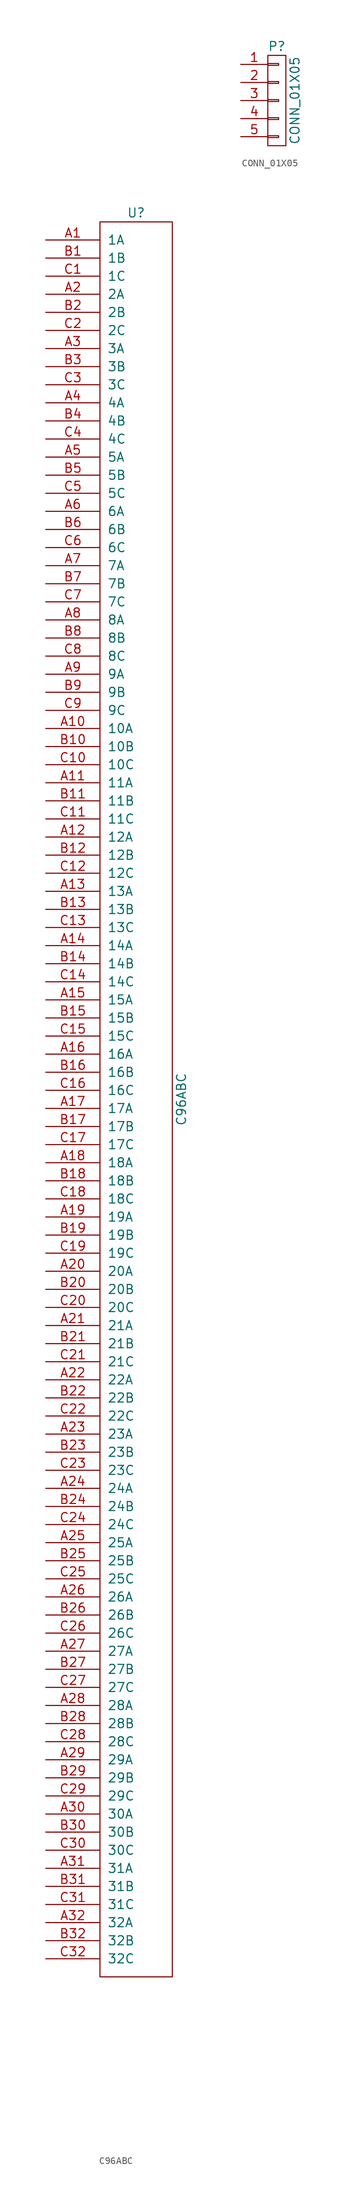
<source format=kicad_sym>
(kicad_symbol_lib
  (version 20231120)
  (generator "kicad_symbol_editor")
  (generator_version "8.0")
  (symbol "C96ABC"
    (pin_names
      (offset 1.016))
    (property "Reference" "U"
      (at 0 124.46 0)
      (effects (font (size 1.27 1.27))))
    (property "Value" "C96ABC"
      (at 6.35 0 90)
      (effects (font (size 1.27 1.27))))
    (property "Footprint" ""
      (at 0 0 0)
      (effects (font (size 1.27 1.27))))
    (property "Datasheet" ""
      (at 0 0 0)
      (effects (font (size 1.27 1.27))))
    (symbol "C96ABC_0_1"
      (rectangle (start -5.08 -123.19) (end 5.08 123.19) (stroke (width 0) (type solid)) (fill (type none))))
    (symbol "C96ABC_1_1"
      (pin passive line (at -12.7 120.65 0) (length 7.62) (name "1A" (effects (font (size 1.27 1.27)))) (number "A1" (effects (font (size 1.27 1.27)))))
      (pin passive line (at -12.7 52.07 0) (length 7.62) (name "10A" (effects (font (size 1.27 1.27)))) (number "A10" (effects (font (size 1.27 1.27)))))
      (pin passive line (at -12.7 44.45 0) (length 7.62) (name "11A" (effects (font (size 1.27 1.27)))) (number "A11" (effects (font (size 1.27 1.27)))))
      (pin passive line (at -12.7 36.83 0) (length 7.62) (name "12A" (effects (font (size 1.27 1.27)))) (number "A12" (effects (font (size 1.27 1.27)))))
      (pin passive line (at -12.7 29.21 0) (length 7.62) (name "13A" (effects (font (size 1.27 1.27)))) (number "A13" (effects (font (size 1.27 1.27)))))
      (pin passive line (at -12.7 21.59 0) (length 7.62) (name "14A" (effects (font (size 1.27 1.27)))) (number "A14" (effects (font (size 1.27 1.27)))))
      (pin passive line (at -12.7 13.97 0) (length 7.62) (name "15A" (effects (font (size 1.27 1.27)))) (number "A15" (effects (font (size 1.27 1.27)))))
      (pin passive line (at -12.7 6.35 0) (length 7.62) (name "16A" (effects (font (size 1.27 1.27)))) (number "A16" (effects (font (size 1.27 1.27)))))
      (pin passive line (at -12.7 -1.27 0) (length 7.62) (name "17A" (effects (font (size 1.27 1.27)))) (number "A17" (effects (font (size 1.27 1.27)))))
      (pin passive line (at -12.7 -8.89 0) (length 7.62) (name "18A" (effects (font (size 1.27 1.27)))) (number "A18" (effects (font (size 1.27 1.27)))))
      (pin passive line (at -12.7 -16.51 0) (length 7.62) (name "19A" (effects (font (size 1.27 1.27)))) (number "A19" (effects (font (size 1.27 1.27)))))
      (pin passive line (at -12.7 113.03 0) (length 7.62) (name "2A" (effects (font (size 1.27 1.27)))) (number "A2" (effects (font (size 1.27 1.27)))))
      (pin passive line (at -12.7 -24.13 0) (length 7.62) (name "20A" (effects (font (size 1.27 1.27)))) (number "A20" (effects (font (size 1.27 1.27)))))
      (pin tri_state line (at -12.7 -31.75 0) (length 7.62) (name "21A" (effects (font (size 1.27 1.27)))) (number "A21" (effects (font (size 1.27 1.27)))))
      (pin passive line (at -12.7 -39.37 0) (length 7.62) (name "22A" (effects (font (size 1.27 1.27)))) (number "A22" (effects (font (size 1.27 1.27)))))
      (pin passive line (at -12.7 -46.99 0) (length 7.62) (name "23A" (effects (font (size 1.27 1.27)))) (number "A23" (effects (font (size 1.27 1.27)))))
      (pin passive line (at -12.7 -54.61 0) (length 7.62) (name "24A" (effects (font (size 1.27 1.27)))) (number "A24" (effects (font (size 1.27 1.27)))))
      (pin passive line (at -12.7 -62.23 0) (length 7.62) (name "25A" (effects (font (size 1.27 1.27)))) (number "A25" (effects (font (size 1.27 1.27)))))
      (pin passive line (at -12.7 -69.85 0) (length 7.62) (name "26A" (effects (font (size 1.27 1.27)))) (number "A26" (effects (font (size 1.27 1.27)))))
      (pin passive line (at -12.7 -77.47 0) (length 7.62) (name "27A" (effects (font (size 1.27 1.27)))) (number "A27" (effects (font (size 1.27 1.27)))))
      (pin passive line (at -12.7 -85.09 0) (length 7.62) (name "28A" (effects (font (size 1.27 1.27)))) (number "A28" (effects (font (size 1.27 1.27)))))
      (pin passive line (at -12.7 -92.71 0) (length 7.62) (name "29A" (effects (font (size 1.27 1.27)))) (number "A29" (effects (font (size 1.27 1.27)))))
      (pin passive line (at -12.7 105.41 0) (length 7.62) (name "3A" (effects (font (size 1.27 1.27)))) (number "A3" (effects (font (size 1.27 1.27)))))
      (pin passive line (at -12.7 -100.33 0) (length 7.62) (name "30A" (effects (font (size 1.27 1.27)))) (number "A30" (effects (font (size 1.27 1.27)))))
      (pin passive line (at -12.7 -107.95 0) (length 7.62) (name "31A" (effects (font (size 1.27 1.27)))) (number "A31" (effects (font (size 1.27 1.27)))))
      (pin passive line (at -12.7 -115.57 0) (length 7.62) (name "32A" (effects (font (size 1.27 1.27)))) (number "A32" (effects (font (size 1.27 1.27)))))
      (pin passive line (at -12.7 97.79 0) (length 7.62) (name "4A" (effects (font (size 1.27 1.27)))) (number "A4" (effects (font (size 1.27 1.27)))))
      (pin passive line (at -12.7 90.17 0) (length 7.62) (name "5A" (effects (font (size 1.27 1.27)))) (number "A5" (effects (font (size 1.27 1.27)))))
      (pin passive line (at -12.7 82.55 0) (length 7.62) (name "6A" (effects (font (size 1.27 1.27)))) (number "A6" (effects (font (size 1.27 1.27)))))
      (pin passive line (at -12.7 74.93 0) (length 7.62) (name "7A" (effects (font (size 1.27 1.27)))) (number "A7" (effects (font (size 1.27 1.27)))))
      (pin passive line (at -12.7 67.31 0) (length 7.62) (name "8A" (effects (font (size 1.27 1.27)))) (number "A8" (effects (font (size 1.27 1.27)))))
      (pin passive line (at -12.7 59.69 0) (length 7.62) (name "9A" (effects (font (size 1.27 1.27)))) (number "A9" (effects (font (size 1.27 1.27)))))
      (pin passive line (at -12.7 118.11 0) (length 7.62) (name "1B" (effects (font (size 1.27 1.27)))) (number "B1" (effects (font (size 1.27 1.27)))))
      (pin passive line (at -12.7 49.53 0) (length 7.62) (name "10B" (effects (font (size 1.27 1.27)))) (number "B10" (effects (font (size 1.27 1.27)))))
      (pin passive line (at -12.7 41.91 0) (length 7.62) (name "11B" (effects (font (size 1.27 1.27)))) (number "B11" (effects (font (size 1.27 1.27)))))
      (pin passive line (at -12.7 34.29 0) (length 7.62) (name "12B" (effects (font (size 1.27 1.27)))) (number "B12" (effects (font (size 1.27 1.27)))))
      (pin passive line (at -12.7 26.67 0) (length 7.62) (name "13B" (effects (font (size 1.27 1.27)))) (number "B13" (effects (font (size 1.27 1.27)))))
      (pin passive line (at -12.7 19.05 0) (length 7.62) (name "14B" (effects (font (size 1.27 1.27)))) (number "B14" (effects (font (size 1.27 1.27)))))
      (pin passive line (at -12.7 11.43 0) (length 7.62) (name "15B" (effects (font (size 1.27 1.27)))) (number "B15" (effects (font (size 1.27 1.27)))))
      (pin passive line (at -12.7 3.81 0) (length 7.62) (name "16B" (effects (font (size 1.27 1.27)))) (number "B16" (effects (font (size 1.27 1.27)))))
      (pin passive line (at -12.7 -3.81 0) (length 7.62) (name "17B" (effects (font (size 1.27 1.27)))) (number "B17" (effects (font (size 1.27 1.27)))))
      (pin passive line (at -12.7 -11.43 0) (length 7.62) (name "18B" (effects (font (size 1.27 1.27)))) (number "B18" (effects (font (size 1.27 1.27)))))
      (pin passive line (at -12.7 -19.05 0) (length 7.62) (name "19B" (effects (font (size 1.27 1.27)))) (number "B19" (effects (font (size 1.27 1.27)))))
      (pin passive line (at -12.7 110.49 0) (length 7.62) (name "2B" (effects (font (size 1.27 1.27)))) (number "B2" (effects (font (size 1.27 1.27)))))
      (pin passive line (at -12.7 -26.67 0) (length 7.62) (name "20B" (effects (font (size 1.27 1.27)))) (number "B20" (effects (font (size 1.27 1.27)))))
      (pin passive line (at -12.7 -34.29 0) (length 7.62) (name "21B" (effects (font (size 1.27 1.27)))) (number "B21" (effects (font (size 1.27 1.27)))))
      (pin passive line (at -12.7 -41.91 0) (length 7.62) (name "22B" (effects (font (size 1.27 1.27)))) (number "B22" (effects (font (size 1.27 1.27)))))
      (pin passive line (at -12.7 -49.53 0) (length 7.62) (name "23B" (effects (font (size 1.27 1.27)))) (number "B23" (effects (font (size 1.27 1.27)))))
      (pin passive line (at -12.7 -57.15 0) (length 7.62) (name "24B" (effects (font (size 1.27 1.27)))) (number "B24" (effects (font (size 1.27 1.27)))))
      (pin passive line (at -12.7 -64.77 0) (length 7.62) (name "25B" (effects (font (size 1.27 1.27)))) (number "B25" (effects (font (size 1.27 1.27)))))
      (pin passive line (at -12.7 -72.39 0) (length 7.62) (name "26B" (effects (font (size 1.27 1.27)))) (number "B26" (effects (font (size 1.27 1.27)))))
      (pin passive line (at -12.7 -80.01 0) (length 7.62) (name "27B" (effects (font (size 1.27 1.27)))) (number "B27" (effects (font (size 1.27 1.27)))))
      (pin passive line (at -12.7 -87.63 0) (length 7.62) (name "28B" (effects (font (size 1.27 1.27)))) (number "B28" (effects (font (size 1.27 1.27)))))
      (pin passive line (at -12.7 -95.25 0) (length 7.62) (name "29B" (effects (font (size 1.27 1.27)))) (number "B29" (effects (font (size 1.27 1.27)))))
      (pin passive line (at -12.7 102.87 0) (length 7.62) (name "3B" (effects (font (size 1.27 1.27)))) (number "B3" (effects (font (size 1.27 1.27)))))
      (pin passive line (at -12.7 -102.87 0) (length 7.62) (name "30B" (effects (font (size 1.27 1.27)))) (number "B30" (effects (font (size 1.27 1.27)))))
      (pin passive line (at -12.7 -110.49 0) (length 7.62) (name "31B" (effects (font (size 1.27 1.27)))) (number "B31" (effects (font (size 1.27 1.27)))))
      (pin passive line (at -12.7 -118.11 0) (length 7.62) (name "32B" (effects (font (size 1.27 1.27)))) (number "B32" (effects (font (size 1.27 1.27)))))
      (pin passive line (at -12.7 95.25 0) (length 7.62) (name "4B" (effects (font (size 1.27 1.27)))) (number "B4" (effects (font (size 1.27 1.27)))))
      (pin passive line (at -12.7 87.63 0) (length 7.62) (name "5B" (effects (font (size 1.27 1.27)))) (number "B5" (effects (font (size 1.27 1.27)))))
      (pin passive line (at -12.7 80.01 0) (length 7.62) (name "6B" (effects (font (size 1.27 1.27)))) (number "B6" (effects (font (size 1.27 1.27)))))
      (pin passive line (at -12.7 72.39 0) (length 7.62) (name "7B" (effects (font (size 1.27 1.27)))) (number "B7" (effects (font (size 1.27 1.27)))))
      (pin passive line (at -12.7 64.77 0) (length 7.62) (name "8B" (effects (font (size 1.27 1.27)))) (number "B8" (effects (font (size 1.27 1.27)))))
      (pin passive line (at -12.7 57.15 0) (length 7.62) (name "9B" (effects (font (size 1.27 1.27)))) (number "B9" (effects (font (size 1.27 1.27)))))
      (pin passive line (at -12.7 115.57 0) (length 7.62) (name "1C" (effects (font (size 1.27 1.27)))) (number "C1" (effects (font (size 1.27 1.27)))))
      (pin passive line (at -12.7 46.99 0) (length 7.62) (name "10C" (effects (font (size 1.27 1.27)))) (number "C10" (effects (font (size 1.27 1.27)))))
      (pin passive line (at -12.7 39.37 0) (length 7.62) (name "11C" (effects (font (size 1.27 1.27)))) (number "C11" (effects (font (size 1.27 1.27)))))
      (pin passive line (at -12.7 31.75 0) (length 7.62) (name "12C" (effects (font (size 1.27 1.27)))) (number "C12" (effects (font (size 1.27 1.27)))))
      (pin passive line (at -12.7 24.13 0) (length 7.62) (name "13C" (effects (font (size 1.27 1.27)))) (number "C13" (effects (font (size 1.27 1.27)))))
      (pin passive line (at -12.7 16.51 0) (length 7.62) (name "14C" (effects (font (size 1.27 1.27)))) (number "C14" (effects (font (size 1.27 1.27)))))
      (pin passive line (at -12.7 8.89 0) (length 7.62) (name "15C" (effects (font (size 1.27 1.27)))) (number "C15" (effects (font (size 1.27 1.27)))))
      (pin passive line (at -12.7 1.27 0) (length 7.62) (name "16C" (effects (font (size 1.27 1.27)))) (number "C16" (effects (font (size 1.27 1.27)))))
      (pin passive line (at -12.7 -6.35 0) (length 7.62) (name "17C" (effects (font (size 1.27 1.27)))) (number "C17" (effects (font (size 1.27 1.27)))))
      (pin passive line (at -12.7 -13.97 0) (length 7.62) (name "18C" (effects (font (size 1.27 1.27)))) (number "C18" (effects (font (size 1.27 1.27)))))
      (pin passive line (at -12.7 -21.59 0) (length 7.62) (name "19C" (effects (font (size 1.27 1.27)))) (number "C19" (effects (font (size 1.27 1.27)))))
      (pin passive line (at -12.7 107.95 0) (length 7.62) (name "2C" (effects (font (size 1.27 1.27)))) (number "C2" (effects (font (size 1.27 1.27)))))
      (pin passive line (at -12.7 -29.21 0) (length 7.62) (name "20C" (effects (font (size 1.27 1.27)))) (number "C20" (effects (font (size 1.27 1.27)))))
      (pin passive line (at -12.7 -36.83 0) (length 7.62) (name "21C" (effects (font (size 1.27 1.27)))) (number "C21" (effects (font (size 1.27 1.27)))))
      (pin passive line (at -12.7 -44.45 0) (length 7.62) (name "22C" (effects (font (size 1.27 1.27)))) (number "C22" (effects (font (size 1.27 1.27)))))
      (pin passive line (at -12.7 -52.07 0) (length 7.62) (name "23C" (effects (font (size 1.27 1.27)))) (number "C23" (effects (font (size 1.27 1.27)))))
      (pin passive line (at -12.7 -59.69 0) (length 7.62) (name "24C" (effects (font (size 1.27 1.27)))) (number "C24" (effects (font (size 1.27 1.27)))))
      (pin passive line (at -12.7 -67.31 0) (length 7.62) (name "25C" (effects (font (size 1.27 1.27)))) (number "C25" (effects (font (size 1.27 1.27)))))
      (pin passive line (at -12.7 -74.93 0) (length 7.62) (name "26C" (effects (font (size 1.27 1.27)))) (number "C26" (effects (font (size 1.27 1.27)))))
      (pin passive line (at -12.7 -82.55 0) (length 7.62) (name "27C" (effects (font (size 1.27 1.27)))) (number "C27" (effects (font (size 1.27 1.27)))))
      (pin passive line (at -12.7 -90.17 0) (length 7.62) (name "28C" (effects (font (size 1.27 1.27)))) (number "C28" (effects (font (size 1.27 1.27)))))
      (pin passive line (at -12.7 -97.79 0) (length 7.62) (name "29C" (effects (font (size 1.27 1.27)))) (number "C29" (effects (font (size 1.27 1.27)))))
      (pin passive line (at -12.7 100.33 0) (length 7.62) (name "3C" (effects (font (size 1.27 1.27)))) (number "C3" (effects (font (size 1.27 1.27)))))
      (pin passive line (at -12.7 -105.41 0) (length 7.62) (name "30C" (effects (font (size 1.27 1.27)))) (number "C30" (effects (font (size 1.27 1.27)))))
      (pin passive line (at -12.7 -113.03 0) (length 7.62) (name "31C" (effects (font (size 1.27 1.27)))) (number "C31" (effects (font (size 1.27 1.27)))))
      (pin passive line (at -12.7 -120.65 0) (length 7.62) (name "32C" (effects (font (size 1.27 1.27)))) (number "C32" (effects (font (size 1.27 1.27)))))
      (pin passive line (at -12.7 92.71 0) (length 7.62) (name "4C" (effects (font (size 1.27 1.27)))) (number "C4" (effects (font (size 1.27 1.27)))))
      (pin passive line (at -12.7 85.09 0) (length 7.62) (name "5C" (effects (font (size 1.27 1.27)))) (number "C5" (effects (font (size 1.27 1.27)))))
      (pin passive line (at -12.7 77.47 0) (length 7.62) (name "6C" (effects (font (size 1.27 1.27)))) (number "C6" (effects (font (size 1.27 1.27)))))
      (pin passive line (at -12.7 69.85 0) (length 7.62) (name "7C" (effects (font (size 1.27 1.27)))) (number "C7" (effects (font (size 1.27 1.27)))))
      (pin passive line (at -12.7 62.23 0) (length 7.62) (name "8C" (effects (font (size 1.27 1.27)))) (number "C8" (effects (font (size 1.27 1.27)))))
      (pin passive line (at -12.7 54.61 0) (length 7.62) (name "9C" (effects (font (size 1.27 1.27)))) (number "C9" (effects (font (size 1.27 1.27)))))))
  (symbol "CONN_01X05"
    (pin_names
      (offset 1.016) hide)
    (property "Reference" "P"
      (at 0 7.62 0)
      (effects (font (size 1.27 1.27))))
    (property "Value" "CONN_01X05"
      (at 2.54 0 90)
      (effects (font (size 1.27 1.27))))
    (property "Footprint" ""
      (at 0 0 0)
      (effects (font (size 1.27 1.27))))
    (property "Datasheet" ""
      (at 0 0 0)
      (effects (font (size 1.27 1.27))))
    (symbol "CONN_01X05_0_1"
      (rectangle (start -1.27 -4.953) (end 0.254 -5.207) (stroke (width 0) (type solid)) (fill (type none)))
      (rectangle (start -1.27 -2.413) (end 0.254 -2.667) (stroke (width 0) (type solid)) (fill (type none)))
      (rectangle (start -1.27 0.127) (end 0.254 -0.127) (stroke (width 0) (type solid)) (fill (type none)))
      (rectangle (start -1.27 2.667) (end 0.254 2.413) (stroke (width 0) (type solid)) (fill (type none)))
      (rectangle (start -1.27 5.207) (end 0.254 4.953) (stroke (width 0) (type solid)) (fill (type none)))
      (rectangle (start -1.27 6.35) (end 1.27 -6.35) (stroke (width 0) (type solid)) (fill (type none))))
    (symbol "CONN_01X05_1_1"
      (pin passive line (at -5.08 5.08 0) (length 3.81) (name "P1" (effects (font (size 1.27 1.27)))) (number "1" (effects (font (size 1.27 1.27)))))
      (pin passive line (at -5.08 2.54 0) (length 3.81) (name "P2" (effects (font (size 1.27 1.27)))) (number "2" (effects (font (size 1.27 1.27)))))
      (pin passive line (at -5.08 0 0) (length 3.81) (name "P3" (effects (font (size 1.27 1.27)))) (number "3" (effects (font (size 1.27 1.27)))))
      (pin passive line (at -5.08 -2.54 0) (length 3.81) (name "P4" (effects (font (size 1.27 1.27)))) (number "4" (effects (font (size 1.27 1.27)))))
      (pin passive line (at -5.08 -5.08 0) (length 3.81) (name "P5" (effects (font (size 1.27 1.27)))) (number "5" (effects (font (size 1.27 1.27))))))))
</source>
